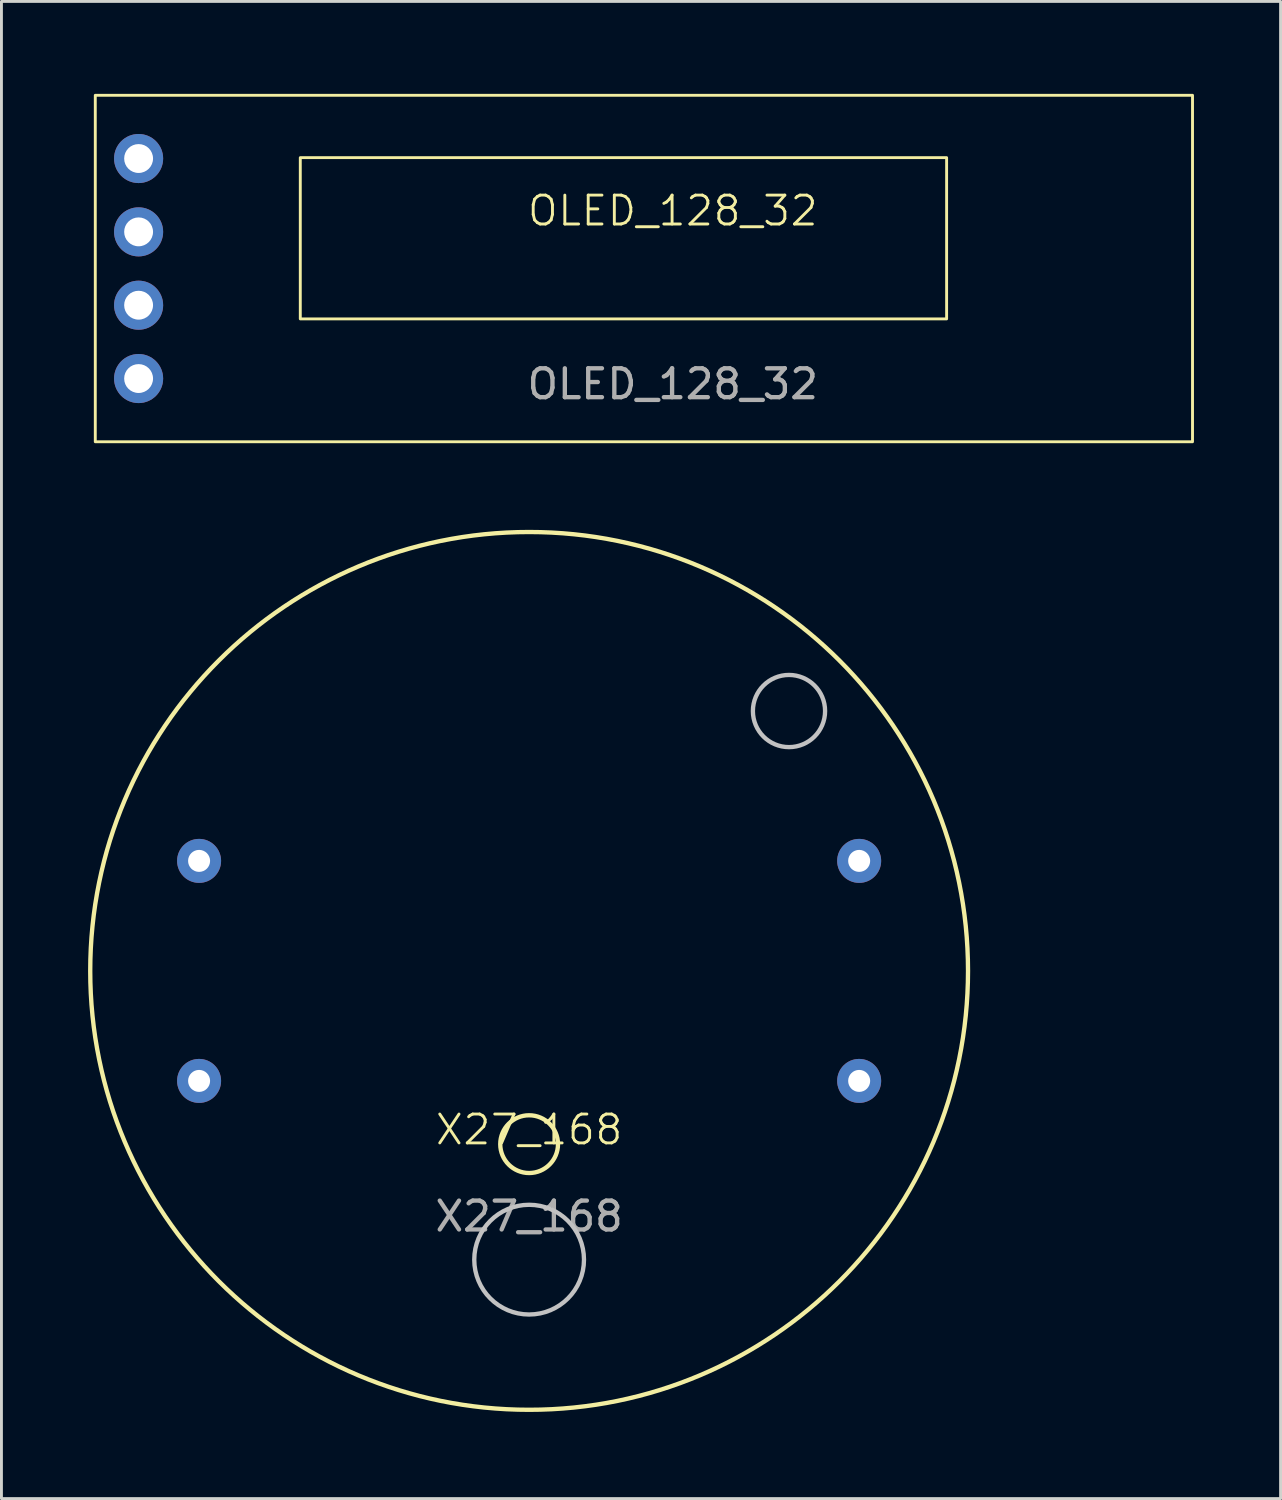
<source format=kicad_pcb>
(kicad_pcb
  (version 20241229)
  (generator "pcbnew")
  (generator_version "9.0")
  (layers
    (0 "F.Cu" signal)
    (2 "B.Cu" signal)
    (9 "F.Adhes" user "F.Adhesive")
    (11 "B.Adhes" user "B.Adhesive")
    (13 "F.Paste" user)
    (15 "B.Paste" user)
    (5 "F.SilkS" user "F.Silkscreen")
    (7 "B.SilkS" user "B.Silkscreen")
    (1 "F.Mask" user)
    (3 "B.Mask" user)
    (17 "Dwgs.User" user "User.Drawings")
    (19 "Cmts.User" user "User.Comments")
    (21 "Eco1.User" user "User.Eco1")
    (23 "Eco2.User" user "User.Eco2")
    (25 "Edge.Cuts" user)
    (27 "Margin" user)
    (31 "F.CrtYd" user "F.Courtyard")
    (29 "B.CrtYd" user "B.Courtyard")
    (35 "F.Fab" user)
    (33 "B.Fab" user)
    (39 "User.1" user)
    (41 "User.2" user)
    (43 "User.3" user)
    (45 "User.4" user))
  (footprint "OLED_128_32"
    (layer "F.Cu")
    (at 0.25 0.25)
    (property "Reference" "OLED_128_32" (at 20 4 0) (unlocked yes) (layer "F.SilkS") (effects (font (size 1 1) (thickness 0.1))))
    (attr through_hole)
    (fp_rect (start 0 0) (end 38 12) (stroke (width 0.1) (type default)) (fill no) (layer "F.SilkS"))
    (fp_rect (start 7.1 2.16) (end 29.484 7.744) (stroke (width 0.1) (type default)) (fill no) (layer "F.SilkS"))
    (fp_text user "${REFERENCE}" (at 20 10 0) (unlocked yes) (layer "F.Fab") (effects (font (size 1 1) (thickness 0.15))))
    (pad "1" thru_hole circle (at 1.5 2.19) (size 1.7 1.7) (drill 1) (layers "*.Cu" "*.Mask"))
    (pad "2" thru_hole circle (at 1.5 4.73) (size 1.7 1.7) (drill 1) (layers "*.Cu" "*.Mask"))
    (pad "3" thru_hole circle (at 1.5 7.27) (size 1.7 1.7) (drill 1) (layers "*.Cu" "*.Mask"))
    (pad "4" thru_hole circle (at 1.5 9.81) (size 1.7 1.7) (drill 1) (layers "*.Cu" "*.Mask")))
  (footprint "X27_168"
    (layer "F.Cu")
    (at 15.275 36.575)
    (property "Reference" "X27_168" (at 0 -0.5 0) (unlocked yes) (layer "F.SilkS") (effects (font (size 1 1) (thickness 0.1))))
    (attr through_hole)
    (fp_circle (center 0 -6) (end 15.2 -6) (stroke (width 0.15) (type solid)) (fill no) (layer "F.SilkS"))
    (fp_circle (center 0 0) (end 1 0) (stroke (width 0.15) (type solid)) (fill no) (layer "F.SilkS"))
    (fp_circle (center 0 4) (end 1.9 4) (stroke (width 0.15) (type solid)) (fill no) (layer "Dwgs.User"))
    (fp_circle (center 9 -15) (end 10.25 -15) (stroke (width 0.15) (type solid)) (fill no) (layer "Dwgs.User"))
    (fp_text user "${REFERENCE}" (at 0 2.5 0) (unlocked yes) (layer "F.Fab") (effects (font (size 1 1) (thickness 0.15))))
    (pad "1" thru_hole circle (at -11.43 -2.19) (size 1.524 1.524) (drill 0.762) (layers "*.Cu" "*.Mask"))
    (pad "2" thru_hole circle (at -11.43 -9.81) (size 1.524 1.524) (drill 0.762) (layers "*.Cu" "*.Mask"))
    (pad "3" thru_hole circle (at 11.43 -9.81) (size 1.524 1.524) (drill 0.762) (layers "*.Cu" "*.Mask"))
    (pad "4" thru_hole circle (at 11.43 -2.19) (size 1.524 1.524) (drill 0.762) (layers "*.Cu" "*.Mask")))
  (gr_rect
    (start -3 -3)
    (end 41.3 48.85)
    (stroke (width 0.1) (type default))
    (fill no)
    (layer "Edge.Cuts")))
</source>
